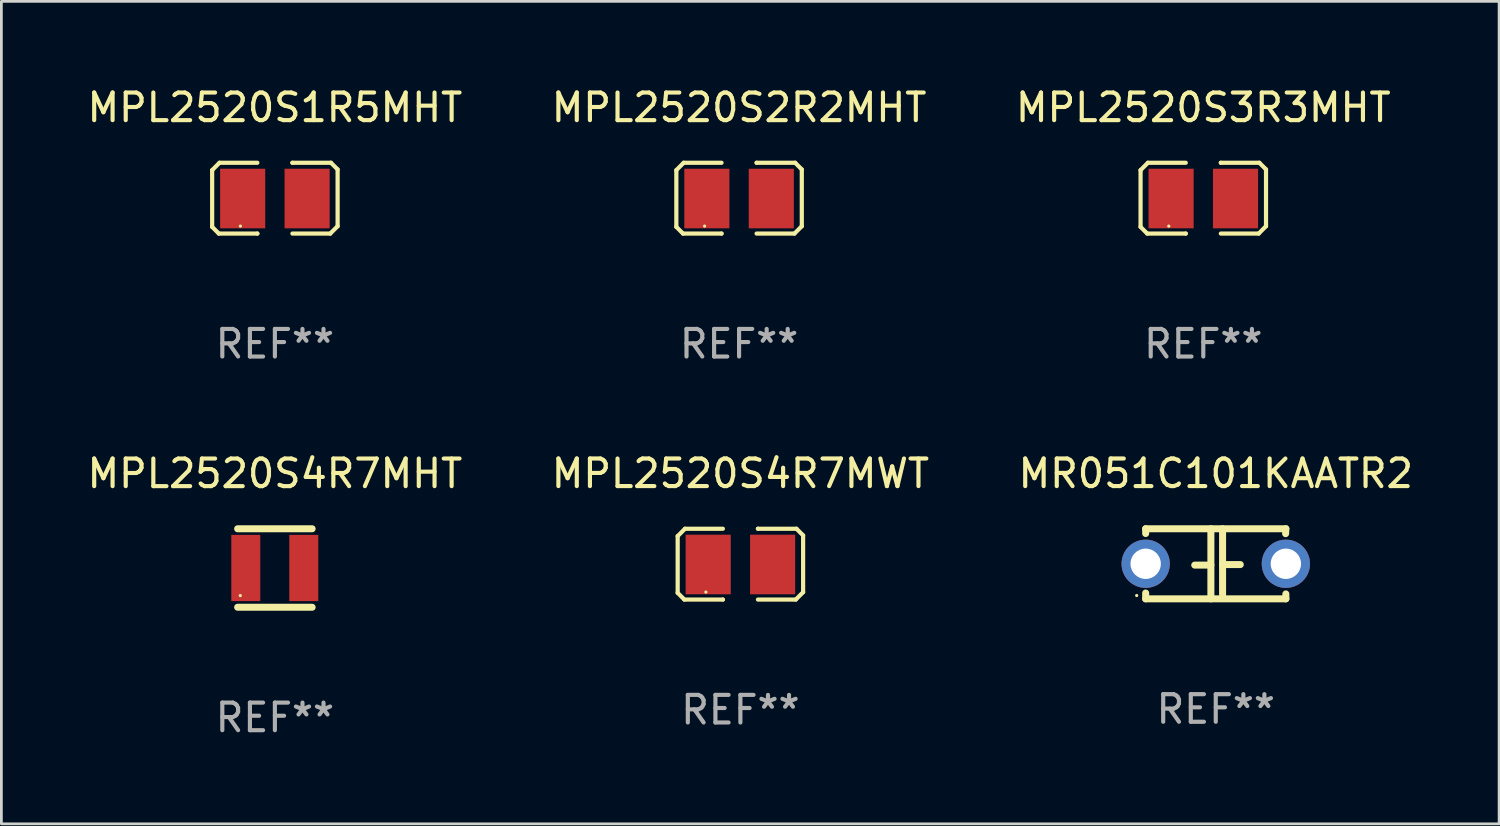
<source format=kicad_pcb>
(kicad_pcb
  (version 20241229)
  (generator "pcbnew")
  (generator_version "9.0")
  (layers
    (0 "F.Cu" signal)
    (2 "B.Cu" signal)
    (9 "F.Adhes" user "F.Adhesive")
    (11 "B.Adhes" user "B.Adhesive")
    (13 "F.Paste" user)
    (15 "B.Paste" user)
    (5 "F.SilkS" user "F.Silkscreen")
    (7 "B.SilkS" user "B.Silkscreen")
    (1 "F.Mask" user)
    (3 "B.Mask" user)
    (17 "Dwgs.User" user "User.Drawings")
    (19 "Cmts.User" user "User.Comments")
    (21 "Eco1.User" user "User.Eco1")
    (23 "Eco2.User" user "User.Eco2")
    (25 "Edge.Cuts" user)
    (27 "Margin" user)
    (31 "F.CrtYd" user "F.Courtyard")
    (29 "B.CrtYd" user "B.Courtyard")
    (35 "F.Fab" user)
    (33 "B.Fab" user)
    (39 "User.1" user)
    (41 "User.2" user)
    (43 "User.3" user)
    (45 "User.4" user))
  (footprint "MPL2520S4R7MWT"
    (layer "F.Cu")
    (at 23.78 17.393)
    (property "Reference" "MPL2520S4R7MWT" (at 0 -3.283 0) (layer "F.SilkS") (effects (font (size 1 1) (thickness 0.15))))
    (attr through_hole)
    (fp_line (start -2.273 -1.016) (end -2.007 -1.283) (stroke (width 0.152) (type solid)) (layer "F.SilkS"))
    (fp_line (start -2.273 1.041) (end -2.273 -1.016) (stroke (width 0.152) (type solid)) (layer "F.SilkS"))
    (fp_line (start -2.032 1.283) (end -2.273 1.041) (stroke (width 0.152) (type solid)) (layer "F.SilkS"))
    (fp_line (start -2.007 -1.283) (end -0.635 -1.283) (stroke (width 0.152) (type solid)) (layer "F.SilkS"))
    (fp_line (start -0.635 1.283) (end -2.032 1.283) (stroke (width 0.152) (type solid)) (layer "F.SilkS"))
    (fp_line (start -0.635 1.283) (end -0.635 1.283) (stroke (width 0.152) (type solid)) (layer "F.SilkS"))
    (fp_line (start 0.635 -1.283) (end 0.635 -1.283) (stroke (width 0.152) (type solid)) (layer "F.SilkS"))
    (fp_line (start 0.635 -1.283) (end 2.032 -1.283) (stroke (width 0.152) (type solid)) (layer "F.SilkS"))
    (fp_line (start 2.007 1.283) (end 0.635 1.283) (stroke (width 0.152) (type solid)) (layer "F.SilkS"))
    (fp_line (start 2.032 -1.283) (end 2.273 -1.041) (stroke (width 0.152) (type solid)) (layer "F.SilkS"))
    (fp_line (start 2.273 -1.041) (end 2.273 1.016) (stroke (width 0.152) (type solid)) (layer "F.SilkS"))
    (fp_line (start 2.273 1.016) (end 2.007 1.283) (stroke (width 0.152) (type solid)) (layer "F.SilkS"))
    (fp_circle (center -1.25 1.013) (end -1.22 1.013) (stroke (width 0.06) (type solid)) (fill no) (layer "F.SilkS"))
    (fp_text user "REF**" (at 0 5.283 0) (layer "F.Fab") (effects (font (size 1 1) (thickness 0.15))))
    (pad "1" smd rect (at -1.167 0.013) (size 1.635 2.16) (layers "F.Cu" "F.Mask" "F.Paste"))
    (pad "2" smd rect (at 1.168 0.013) (size 1.635 2.16) (layers "F.Cu" "F.Mask" "F.Paste")))
  (footprint "MPL2520S3R3MHT"
    (layer "F.Cu")
    (at 40.554 4.131)
    (property "Reference" "MPL2520S3R3MHT" (at 0 -3.283 0) (layer "F.SilkS") (effects (font (size 1 1) (thickness 0.15))))
    (attr through_hole)
    (fp_line (start -2.273 -1.016) (end -2.007 -1.283) (stroke (width 0.152) (type solid)) (layer "F.SilkS"))
    (fp_line (start -2.273 1.041) (end -2.273 -1.016) (stroke (width 0.152) (type solid)) (layer "F.SilkS"))
    (fp_line (start -2.032 1.283) (end -2.273 1.041) (stroke (width 0.152) (type solid)) (layer "F.SilkS"))
    (fp_line (start -2.007 -1.283) (end -0.635 -1.283) (stroke (width 0.152) (type solid)) (layer "F.SilkS"))
    (fp_line (start -0.635 1.283) (end -2.032 1.283) (stroke (width 0.152) (type solid)) (layer "F.SilkS"))
    (fp_line (start -0.635 1.283) (end -0.635 1.283) (stroke (width 0.152) (type solid)) (layer "F.SilkS"))
    (fp_line (start 0.635 -1.283) (end 0.635 -1.283) (stroke (width 0.152) (type solid)) (layer "F.SilkS"))
    (fp_line (start 0.635 -1.283) (end 2.032 -1.283) (stroke (width 0.152) (type solid)) (layer "F.SilkS"))
    (fp_line (start 2.007 1.283) (end 0.635 1.283) (stroke (width 0.152) (type solid)) (layer "F.SilkS"))
    (fp_line (start 2.032 -1.283) (end 2.273 -1.041) (stroke (width 0.152) (type solid)) (layer "F.SilkS"))
    (fp_line (start 2.273 -1.041) (end 2.273 1.016) (stroke (width 0.152) (type solid)) (layer "F.SilkS"))
    (fp_line (start 2.273 1.016) (end 2.007 1.283) (stroke (width 0.152) (type solid)) (layer "F.SilkS"))
    (fp_circle (center -1.25 1.013) (end -1.22 1.013) (stroke (width 0.06) (type solid)) (fill no) (layer "F.SilkS"))
    (fp_text user "REF**" (at 0 5.283 0) (layer "F.Fab") (effects (font (size 1 1) (thickness 0.15))))
    (pad "1" smd rect (at -1.167 0.013) (size 1.635 2.16) (layers "F.Cu" "F.Mask" "F.Paste"))
    (pad "2" smd rect (at 1.168 0.013) (size 1.635 2.16) (layers "F.Cu" "F.Mask" "F.Paste")))
  (footprint "MPL2520S2R2MHT"
    (layer "F.Cu")
    (at 23.732 4.131)
    (property "Reference" "MPL2520S2R2MHT" (at 0 -3.283 0) (layer "F.SilkS") (effects (font (size 1 1) (thickness 0.15))))
    (attr through_hole)
    (fp_line (start -2.273 -1.016) (end -2.007 -1.283) (stroke (width 0.152) (type solid)) (layer "F.SilkS"))
    (fp_line (start -2.273 1.041) (end -2.273 -1.016) (stroke (width 0.152) (type solid)) (layer "F.SilkS"))
    (fp_line (start -2.032 1.283) (end -2.273 1.041) (stroke (width 0.152) (type solid)) (layer "F.SilkS"))
    (fp_line (start -2.007 -1.283) (end -0.635 -1.283) (stroke (width 0.152) (type solid)) (layer "F.SilkS"))
    (fp_line (start -0.635 1.283) (end -2.032 1.283) (stroke (width 0.152) (type solid)) (layer "F.SilkS"))
    (fp_line (start -0.635 1.283) (end -0.635 1.283) (stroke (width 0.152) (type solid)) (layer "F.SilkS"))
    (fp_line (start 0.635 -1.283) (end 0.635 -1.283) (stroke (width 0.152) (type solid)) (layer "F.SilkS"))
    (fp_line (start 0.635 -1.283) (end 2.032 -1.283) (stroke (width 0.152) (type solid)) (layer "F.SilkS"))
    (fp_line (start 2.007 1.283) (end 0.635 1.283) (stroke (width 0.152) (type solid)) (layer "F.SilkS"))
    (fp_line (start 2.032 -1.283) (end 2.273 -1.041) (stroke (width 0.152) (type solid)) (layer "F.SilkS"))
    (fp_line (start 2.273 -1.041) (end 2.273 1.016) (stroke (width 0.152) (type solid)) (layer "F.SilkS"))
    (fp_line (start 2.273 1.016) (end 2.007 1.283) (stroke (width 0.152) (type solid)) (layer "F.SilkS"))
    (fp_circle (center -1.25 1.013) (end -1.22 1.013) (stroke (width 0.06) (type solid)) (fill no) (layer "F.SilkS"))
    (fp_text user "REF**" (at 0 5.283 0) (layer "F.Fab") (effects (font (size 1 1) (thickness 0.15))))
    (pad "1" smd rect (at -1.167 0.013) (size 1.635 2.16) (layers "F.Cu" "F.Mask" "F.Paste"))
    (pad "2" smd rect (at 1.168 0.013) (size 1.635 2.16) (layers "F.Cu" "F.Mask" "F.Paste")))
  (footprint "MPL2520S1R5MHT"
    (layer "F.Cu")
    (at 6.911 4.131)
    (property "Reference" "MPL2520S1R5MHT" (at 0 -3.283 0) (layer "F.SilkS") (effects (font (size 1 1) (thickness 0.15))))
    (attr through_hole)
    (fp_line (start -2.273 -1.016) (end -2.007 -1.283) (stroke (width 0.152) (type solid)) (layer "F.SilkS"))
    (fp_line (start -2.273 1.041) (end -2.273 -1.016) (stroke (width 0.152) (type solid)) (layer "F.SilkS"))
    (fp_line (start -2.032 1.283) (end -2.273 1.041) (stroke (width 0.152) (type solid)) (layer "F.SilkS"))
    (fp_line (start -2.007 -1.283) (end -0.635 -1.283) (stroke (width 0.152) (type solid)) (layer "F.SilkS"))
    (fp_line (start -0.635 1.283) (end -2.032 1.283) (stroke (width 0.152) (type solid)) (layer "F.SilkS"))
    (fp_line (start -0.635 1.283) (end -0.635 1.283) (stroke (width 0.152) (type solid)) (layer "F.SilkS"))
    (fp_line (start 0.635 -1.283) (end 0.635 -1.283) (stroke (width 0.152) (type solid)) (layer "F.SilkS"))
    (fp_line (start 0.635 -1.283) (end 2.032 -1.283) (stroke (width 0.152) (type solid)) (layer "F.SilkS"))
    (fp_line (start 2.007 1.283) (end 0.635 1.283) (stroke (width 0.152) (type solid)) (layer "F.SilkS"))
    (fp_line (start 2.032 -1.283) (end 2.273 -1.041) (stroke (width 0.152) (type solid)) (layer "F.SilkS"))
    (fp_line (start 2.273 -1.041) (end 2.273 1.016) (stroke (width 0.152) (type solid)) (layer "F.SilkS"))
    (fp_line (start 2.273 1.016) (end 2.007 1.283) (stroke (width 0.152) (type solid)) (layer "F.SilkS"))
    (fp_circle (center -1.25 1.013) (end -1.22 1.013) (stroke (width 0.06) (type solid)) (fill no) (layer "F.SilkS"))
    (fp_text user "REF**" (at 0 5.283 0) (layer "F.Fab") (effects (font (size 1 1) (thickness 0.15))))
    (pad "1" smd rect (at -1.167 0.013) (size 1.635 2.16) (layers "F.Cu" "F.Mask" "F.Paste"))
    (pad "2" smd rect (at 1.168 0.013) (size 1.635 2.16) (layers "F.Cu" "F.Mask" "F.Paste")))
  (footprint "MPL2520S4R7MHT"
    (layer "F.Cu")
    (at 6.911 17.533)
    (property "Reference" "MPL2520S4R7MHT" (at 0 -3.422 0) (layer "F.SilkS") (effects (font (size 1 1) (thickness 0.15))))
    (attr through_hole)
    (fp_line (start -1.35 -1.422) (end 1.35 -1.422) (stroke (width 0.254) (type solid)) (layer "F.SilkS"))
    (fp_line (start -1.35 1.422) (end 1.35 1.422) (stroke (width 0.254) (type solid)) (layer "F.SilkS"))
    (fp_circle (center -1.254 1) (end -1.224 1) (stroke (width 0.06) (type solid)) (fill no) (layer "F.SilkS"))
    (fp_text user "REF**" (at 0 5.422 0) (layer "F.Fab") (effects (font (size 1 1) (thickness 0.15))))
    (pad "1" smd rect (at -1.054 0) (size 1.05 2.4) (layers "F.Cu" "F.Mask" "F.Paste"))
    (pad "2" smd rect (at 1.047 0) (size 1.05 2.4) (layers "F.Cu" "F.Mask" "F.Paste")))
  (footprint "MR051C101KAATR2"
    (layer "F.Cu")
    (at 41.006 17.38)
    (property "Reference" "MR051C101KAATR2" (at 0 -3.27 0) (layer "F.SilkS") (effects (font (size 1 1) (thickness 0.15))))
    (attr through_hole)
    (fp_line (start -2.54 -1.27) (end 2.54 -1.27) (stroke (width 0.254) (type solid)) (layer "F.SilkS"))
    (fp_line (start -2.54 -1.097) (end -2.54 -1.27) (stroke (width 0.254) (type solid)) (layer "F.SilkS"))
    (fp_line (start -2.54 1.27) (end -2.54 1.059) (stroke (width 0.254) (type solid)) (layer "F.SilkS"))
    (fp_line (start -0.177 -1.27) (end -0.177 1.27) (stroke (width 0.254) (type solid)) (layer "F.SilkS"))
    (fp_line (start -0.177 0.048) (end -0.762 0.048) (stroke (width 0.254) (type solid)) (layer "F.SilkS"))
    (fp_line (start 0.247 -1.27) (end 0.247 1.143) (stroke (width 0.254) (type solid)) (layer "F.SilkS"))
    (fp_line (start 0.247 0.029) (end 0.889 0.029) (stroke (width 0.254) (type solid)) (layer "F.SilkS"))
    (fp_line (start 2.54 -1.27) (end 2.531 -1.092) (stroke (width 0.254) (type solid)) (layer "F.SilkS"))
    (fp_line (start 2.54 1.092) (end 2.54 1.27) (stroke (width 0.254) (type solid)) (layer "F.SilkS"))
    (fp_line (start 2.54 1.27) (end -2.54 1.27) (stroke (width 0.254) (type solid)) (layer "F.SilkS"))
    (fp_circle (center -2.865 1.15) (end -2.835 1.15) (stroke (width 0.06) (type solid)) (fill no) (layer "F.SilkS"))
    (fp_text user "REF**" (at 0 5.27 0) (layer "F.Fab") (effects (font (size 1 1) (thickness 0.15))))
    (pad "1" thru_hole circle (at -2.54 0) (size 1.75 1.75) (drill 1.1) (layers "*.Cu" "*.Mask"))
    (pad "2" thru_hole circle (at 2.54 0) (size 1.75 1.75) (drill 1.1) (layers "*.Cu" "*.Mask")))
  (gr_rect
    (start -3 -3)
    (end 51.274 26.803)
    (stroke (width 0.1) (type default))
    (fill no)
    (layer "Edge.Cuts")))
</source>
